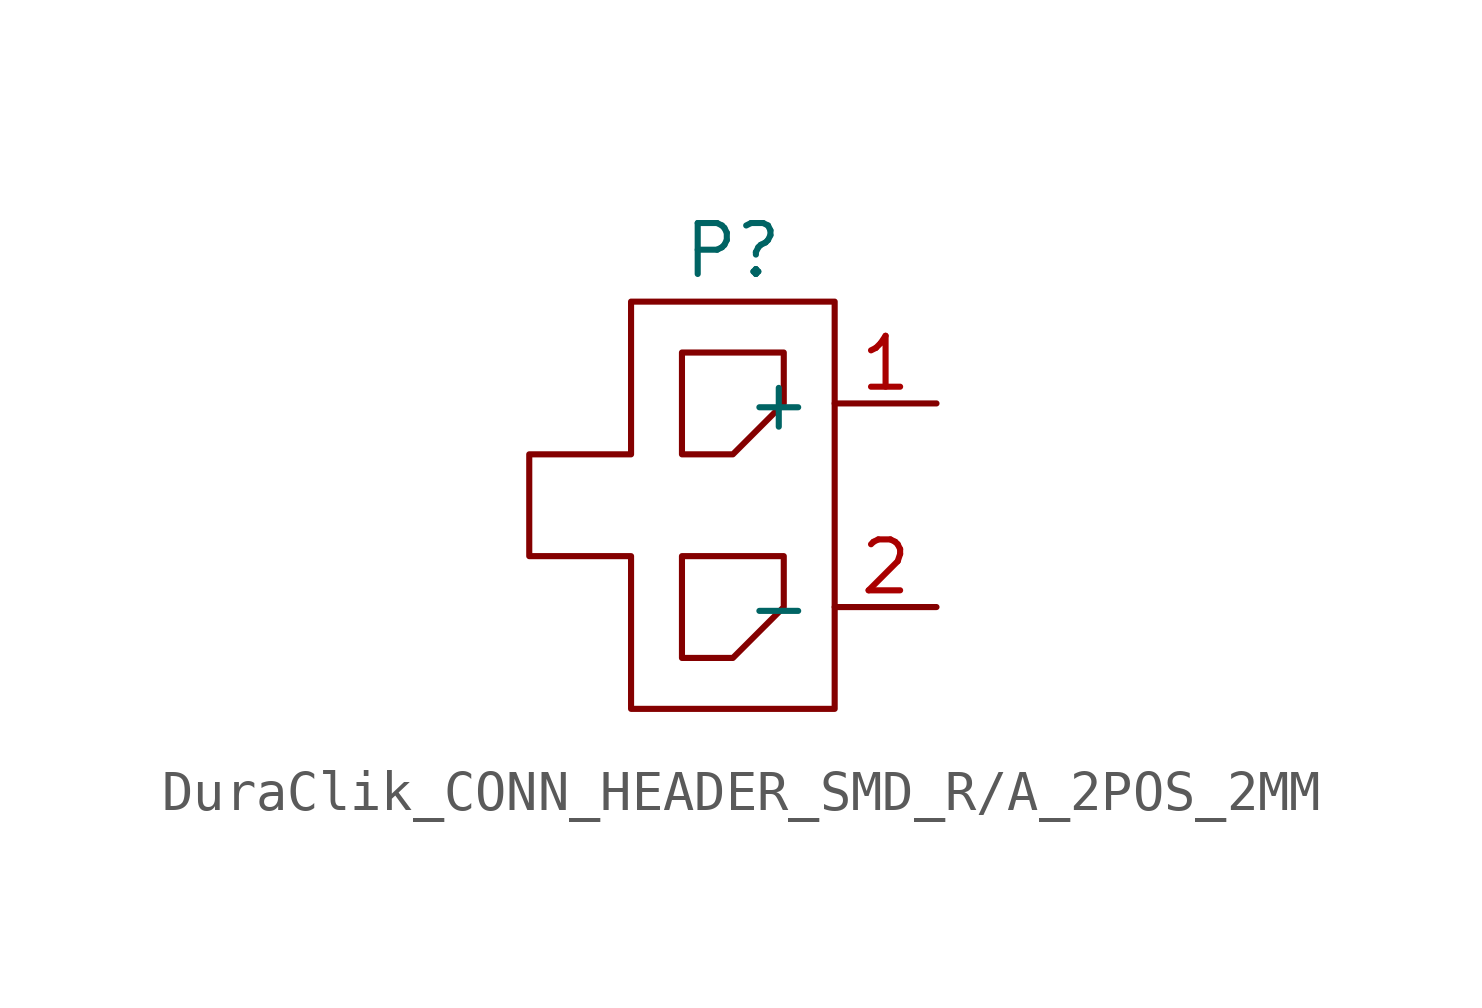
<source format=kicad_sym>
(kicad_symbol_lib
  (version 20231120)
  (generator "kicad_symbol_editor")
  (generator_version "8.0")
  (symbol "DuraClik_CONN_HEADER_SMD_R/A_2POS_2MM"
    (property "Reference" "P"
      (at 0 0 0)
      (effects (font (size 1.27 1.27))))
    (property "Value" ""
      (at 0 0 0)
      (effects (font (size 1.27 1.27))))
    (symbol "DuraClik_CONN_HEADER_SMD_R/A_2POS_2MM_0_1"
      (polyline (pts (xy -1.27 -7.62) (xy 1.27 -7.62) (xy 1.27 -8.89) (xy 0 -10.16) (xy -1.27 -10.16) (xy -1.27 -7.62) (xy -1.27 -10.16)) (stroke (width 0) (type default)) (fill (type none)))
      (polyline (pts (xy -1.27 -2.54) (xy 1.27 -2.54) (xy 1.27 -3.81) (xy 0 -5.08) (xy -1.27 -5.08) (xy -1.27 -2.54) (xy -1.27 -5.08)) (stroke (width 0) (type default)) (fill (type none)))
      (polyline (pts (xy -2.54 -5.08) (xy -2.54 -1.27) (xy 1.27 -1.27) (xy 2.54 -1.27) (xy 2.54 -11.43) (xy -2.54 -11.43) (xy -2.54 -7.62) (xy -5.08 -7.62) (xy -5.08 -5.08) (xy -2.54 -5.08)) (stroke (width 0) (type default)) (fill (type none))))
    (symbol "DuraClik_CONN_HEADER_SMD_R/A_2POS_2MM_1_1"
      (pin passive line (at 5.08 -3.81 180) (length 2.54) (name "+" (effects (font (size 1.27 1.27)))) (number "1" (effects (font (size 1.27 1.27)))))
      (pin passive line (at 5.08 -8.89 180) (length 2.54) (name "-" (effects (font (size 1.27 1.27)))) (number "2" (effects (font (size 1.27 1.27))))))))
</source>
